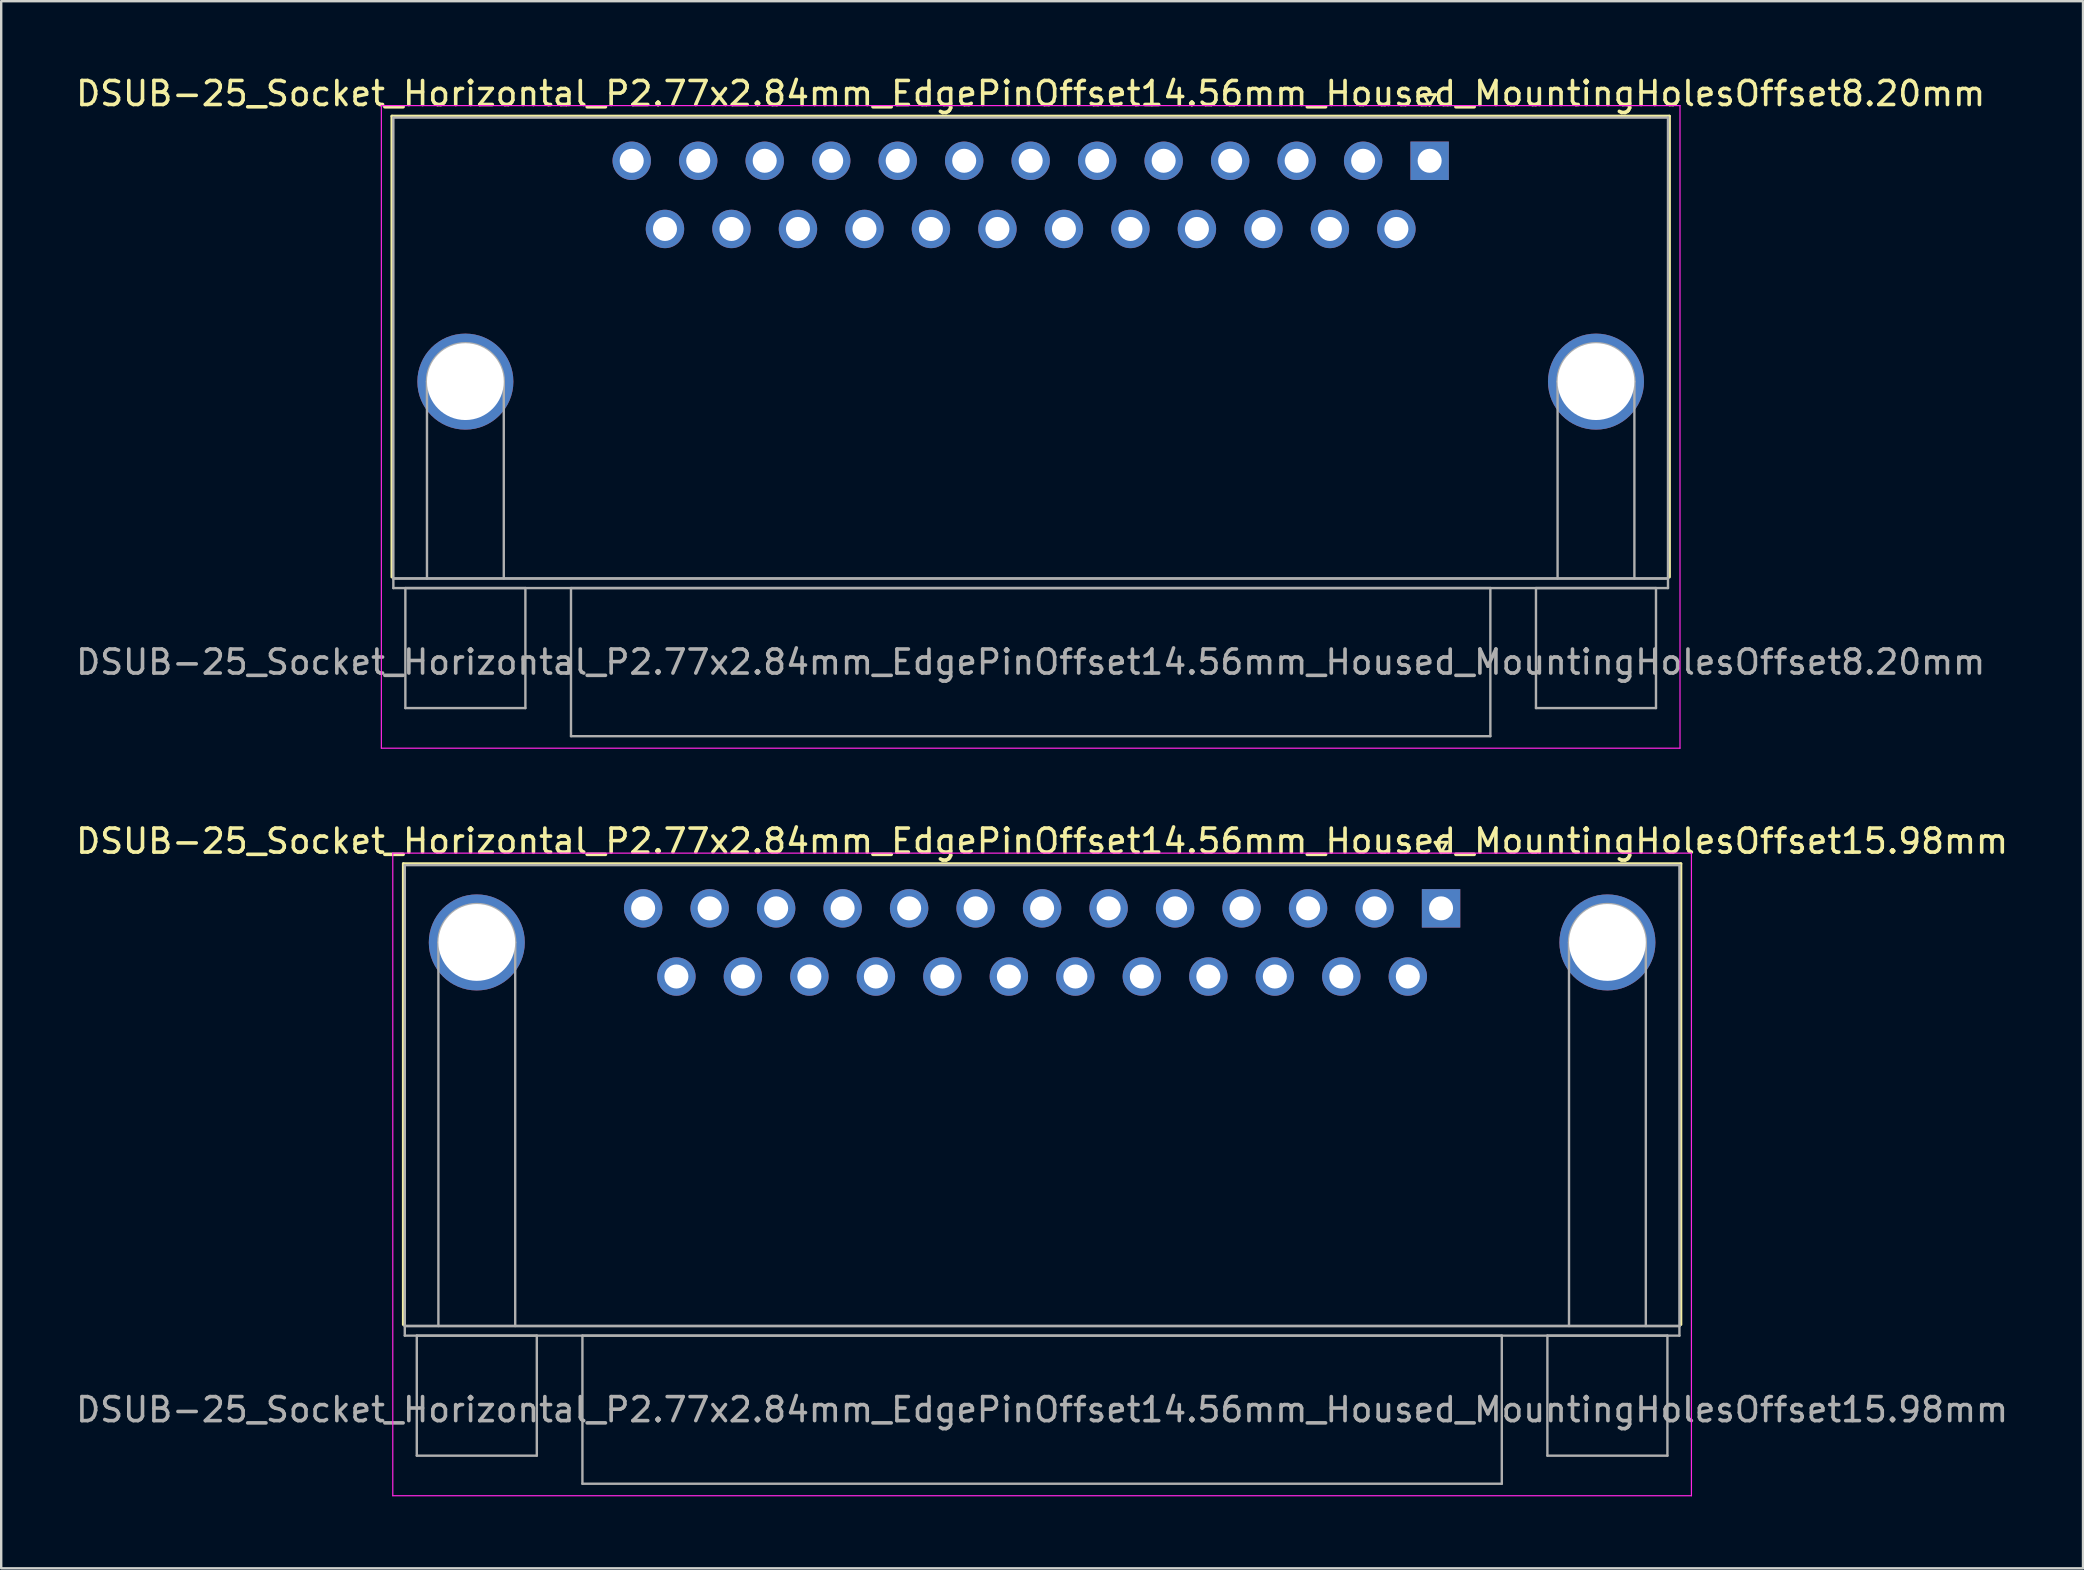
<source format=kicad_pcb>
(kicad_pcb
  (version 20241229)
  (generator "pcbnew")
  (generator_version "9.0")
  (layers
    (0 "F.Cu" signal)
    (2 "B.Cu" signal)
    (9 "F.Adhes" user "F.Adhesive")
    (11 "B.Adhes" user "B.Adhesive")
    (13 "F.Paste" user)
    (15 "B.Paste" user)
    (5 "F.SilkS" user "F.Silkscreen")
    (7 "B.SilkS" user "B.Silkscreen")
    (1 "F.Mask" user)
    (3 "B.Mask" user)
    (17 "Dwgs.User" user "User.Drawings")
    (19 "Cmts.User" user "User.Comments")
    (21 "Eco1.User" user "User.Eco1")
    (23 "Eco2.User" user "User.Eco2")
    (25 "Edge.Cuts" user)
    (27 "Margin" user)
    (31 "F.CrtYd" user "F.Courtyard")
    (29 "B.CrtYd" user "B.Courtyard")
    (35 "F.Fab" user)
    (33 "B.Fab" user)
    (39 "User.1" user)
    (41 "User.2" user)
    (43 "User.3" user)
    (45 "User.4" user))
  (footprint "DSUB-25_Socket_Horizontal_P2.77x2.84mm_EdgePinOffset14.56mm_Housed_MountingHolesOffset15.98mm"
    (layer "F.Cu")
    (at 56.983 34.791)
    (property "Reference" "DSUB-25_Socket_Horizontal_P2.77x2.84mm_EdgePinOffset14.56mm_Housed_MountingHolesOffset15.98mm" (at -16.62 -2.8 0) (layer "F.SilkS") (effects (font (size 1 1) (thickness 0.15))))
    (attr through_hole)
    (fp_line (start -43.23 -1.86) (end 9.99 -1.86) (stroke (width 0.12) (type solid)) (layer "F.SilkS"))
    (fp_line (start -43.23 17.34) (end -43.23 -1.86) (stroke (width 0.12) (type solid)) (layer "F.SilkS"))
    (fp_line (start -0.25 -2.754) (end 0.25 -2.754) (stroke (width 0.12) (type solid)) (layer "F.SilkS"))
    (fp_line (start 0 -2.321) (end -0.25 -2.754) (stroke (width 0.12) (type solid)) (layer "F.SilkS"))
    (fp_line (start 0.25 -2.754) (end 0 -2.321) (stroke (width 0.12) (type solid)) (layer "F.SilkS"))
    (fp_line (start 9.99 -1.86) (end 9.99 17.34) (stroke (width 0.12) (type solid)) (layer "F.SilkS"))
    (fp_line (start -43.67 -2.3) (end -43.67 24.47) (stroke (width 0.05) (type solid)) (layer "F.CrtYd"))
    (fp_line (start -43.67 24.47) (end 10.43 24.47) (stroke (width 0.05) (type solid)) (layer "F.CrtYd"))
    (fp_line (start 10.43 -2.3) (end -43.67 -2.3) (stroke (width 0.05) (type solid)) (layer "F.CrtYd"))
    (fp_line (start 10.43 24.47) (end 10.43 -2.3) (stroke (width 0.05) (type solid)) (layer "F.CrtYd"))
    (fp_line (start -43.17 -1.8) (end -43.17 17.4) (stroke (width 0.1) (type solid)) (layer "F.Fab"))
    (fp_line (start -43.17 17.4) (end -43.17 17.8) (stroke (width 0.1) (type solid)) (layer "F.Fab"))
    (fp_line (start -43.17 17.4) (end 9.93 17.4) (stroke (width 0.1) (type solid)) (layer "F.Fab"))
    (fp_line (start -43.17 17.8) (end 9.93 17.8) (stroke (width 0.1) (type solid)) (layer "F.Fab"))
    (fp_line (start -42.67 17.8) (end -42.67 22.8) (stroke (width 0.1) (type solid)) (layer "F.Fab"))
    (fp_line (start -42.67 22.8) (end -37.67 22.8) (stroke (width 0.1) (type solid)) (layer "F.Fab"))
    (fp_line (start -41.77 17.4) (end -41.77 1.42) (stroke (width 0.1) (type solid)) (layer "F.Fab"))
    (fp_line (start -38.57 17.4) (end -38.57 1.42) (stroke (width 0.1) (type solid)) (layer "F.Fab"))
    (fp_line (start -37.67 17.8) (end -42.67 17.8) (stroke (width 0.1) (type solid)) (layer "F.Fab"))
    (fp_line (start -37.67 22.8) (end -37.67 17.8) (stroke (width 0.1) (type solid)) (layer "F.Fab"))
    (fp_line (start -35.77 17.8) (end -35.77 23.97) (stroke (width 0.1) (type solid)) (layer "F.Fab"))
    (fp_line (start -35.77 23.97) (end 2.53 23.97) (stroke (width 0.1) (type solid)) (layer "F.Fab"))
    (fp_line (start 2.53 17.8) (end -35.77 17.8) (stroke (width 0.1) (type solid)) (layer "F.Fab"))
    (fp_line (start 2.53 23.97) (end 2.53 17.8) (stroke (width 0.1) (type solid)) (layer "F.Fab"))
    (fp_line (start 4.43 17.8) (end 4.43 22.8) (stroke (width 0.1) (type solid)) (layer "F.Fab"))
    (fp_line (start 4.43 22.8) (end 9.43 22.8) (stroke (width 0.1) (type solid)) (layer "F.Fab"))
    (fp_line (start 5.33 17.4) (end 5.33 1.42) (stroke (width 0.1) (type solid)) (layer "F.Fab"))
    (fp_line (start 8.53 17.4) (end 8.53 1.42) (stroke (width 0.1) (type solid)) (layer "F.Fab"))
    (fp_line (start 9.43 17.8) (end 4.43 17.8) (stroke (width 0.1) (type solid)) (layer "F.Fab"))
    (fp_line (start 9.43 22.8) (end 9.43 17.8) (stroke (width 0.1) (type solid)) (layer "F.Fab"))
    (fp_line (start 9.93 -1.8) (end -43.17 -1.8) (stroke (width 0.1) (type solid)) (layer "F.Fab"))
    (fp_line (start 9.93 17.4) (end -43.17 17.4) (stroke (width 0.1) (type solid)) (layer "F.Fab"))
    (fp_line (start 9.93 17.4) (end 9.93 -1.8) (stroke (width 0.1) (type solid)) (layer "F.Fab"))
    (fp_line (start 9.93 17.8) (end 9.93 17.4) (stroke (width 0.1) (type solid)) (layer "F.Fab"))
    (fp_arc (start -41.77 1.42) (mid -40.17 -0.18) (end -38.57 1.42) (stroke (width 0.1) (type solid)) (layer "F.Fab"))
    (fp_arc (start 5.33 1.42) (mid 6.93 -0.18) (end 8.53 1.42) (stroke (width 0.1) (type solid)) (layer "F.Fab"))
    (fp_text user "${REFERENCE}" (at -16.62 20.885 0) (layer "F.Fab") (effects (font (size 1 1) (thickness 0.15))))
    (pad "0" thru_hole circle (at -40.17 1.42) (size 4 4) (drill 3.2) (layers "*.Cu" "*.Mask"))
    (pad "0" thru_hole circle (at 6.93 1.42) (size 4 4) (drill 3.2) (layers "*.Cu" "*.Mask"))
    (pad "1" thru_hole rect (at 0 0) (size 1.6 1.6) (drill 1) (layers "*.Cu" "*.Mask"))
    (pad "2" thru_hole circle (at -2.77 0) (size 1.6 1.6) (drill 1) (layers "*.Cu" "*.Mask"))
    (pad "3" thru_hole circle (at -5.54 0) (size 1.6 1.6) (drill 1) (layers "*.Cu" "*.Mask"))
    (pad "4" thru_hole circle (at -8.31 0) (size 1.6 1.6) (drill 1) (layers "*.Cu" "*.Mask"))
    (pad "5" thru_hole circle (at -11.08 0) (size 1.6 1.6) (drill 1) (layers "*.Cu" "*.Mask"))
    (pad "6" thru_hole circle (at -13.85 0) (size 1.6 1.6) (drill 1) (layers "*.Cu" "*.Mask"))
    (pad "7" thru_hole circle (at -16.62 0) (size 1.6 1.6) (drill 1) (layers "*.Cu" "*.Mask"))
    (pad "8" thru_hole circle (at -19.39 0) (size 1.6 1.6) (drill 1) (layers "*.Cu" "*.Mask"))
    (pad "9" thru_hole circle (at -22.16 0) (size 1.6 1.6) (drill 1) (layers "*.Cu" "*.Mask"))
    (pad "10" thru_hole circle (at -24.93 0) (size 1.6 1.6) (drill 1) (layers "*.Cu" "*.Mask"))
    (pad "11" thru_hole circle (at -27.7 0) (size 1.6 1.6) (drill 1) (layers "*.Cu" "*.Mask"))
    (pad "12" thru_hole circle (at -30.47 0) (size 1.6 1.6) (drill 1) (layers "*.Cu" "*.Mask"))
    (pad "13" thru_hole circle (at -33.24 0) (size 1.6 1.6) (drill 1) (layers "*.Cu" "*.Mask"))
    (pad "14" thru_hole circle (at -1.385 2.84) (size 1.6 1.6) (drill 1) (layers "*.Cu" "*.Mask"))
    (pad "15" thru_hole circle (at -4.155 2.84) (size 1.6 1.6) (drill 1) (layers "*.Cu" "*.Mask"))
    (pad "16" thru_hole circle (at -6.925 2.84) (size 1.6 1.6) (drill 1) (layers "*.Cu" "*.Mask"))
    (pad "17" thru_hole circle (at -9.695 2.84) (size 1.6 1.6) (drill 1) (layers "*.Cu" "*.Mask"))
    (pad "18" thru_hole circle (at -12.465 2.84) (size 1.6 1.6) (drill 1) (layers "*.Cu" "*.Mask"))
    (pad "19" thru_hole circle (at -15.235 2.84) (size 1.6 1.6) (drill 1) (layers "*.Cu" "*.Mask"))
    (pad "20" thru_hole circle (at -18.005 2.84) (size 1.6 1.6) (drill 1) (layers "*.Cu" "*.Mask"))
    (pad "21" thru_hole circle (at -20.775 2.84) (size 1.6 1.6) (drill 1) (layers "*.Cu" "*.Mask"))
    (pad "22" thru_hole circle (at -23.545 2.84) (size 1.6 1.6) (drill 1) (layers "*.Cu" "*.Mask"))
    (pad "23" thru_hole circle (at -26.315 2.84) (size 1.6 1.6) (drill 1) (layers "*.Cu" "*.Mask"))
    (pad "24" thru_hole circle (at -29.085 2.84) (size 1.6 1.6) (drill 1) (layers "*.Cu" "*.Mask"))
    (pad "25" thru_hole circle (at -31.855 2.84) (size 1.6 1.6) (drill 1) (layers "*.Cu" "*.Mask")))
  (footprint "DSUB-25_Socket_Horizontal_P2.77x2.84mm_EdgePinOffset14.56mm_Housed_MountingHolesOffset8.20mm"
    (layer "F.Cu")
    (at 56.507 3.648)
    (property "Reference" "DSUB-25_Socket_Horizontal_P2.77x2.84mm_EdgePinOffset14.56mm_Housed_MountingHolesOffset8.20mm" (at -16.62 -2.8 0) (layer "F.SilkS") (effects (font (size 1 1) (thickness 0.15))))
    (attr through_hole)
    (fp_line (start -43.23 -1.86) (end 9.99 -1.86) (stroke (width 0.12) (type solid)) (layer "F.SilkS"))
    (fp_line (start -43.23 17.34) (end -43.23 -1.86) (stroke (width 0.12) (type solid)) (layer "F.SilkS"))
    (fp_line (start -0.25 -2.754) (end 0.25 -2.754) (stroke (width 0.12) (type solid)) (layer "F.SilkS"))
    (fp_line (start 0 -2.321) (end -0.25 -2.754) (stroke (width 0.12) (type solid)) (layer "F.SilkS"))
    (fp_line (start 0.25 -2.754) (end 0 -2.321) (stroke (width 0.12) (type solid)) (layer "F.SilkS"))
    (fp_line (start 9.99 -1.86) (end 9.99 17.34) (stroke (width 0.12) (type solid)) (layer "F.SilkS"))
    (fp_line (start -43.67 -2.3) (end -43.67 24.47) (stroke (width 0.05) (type solid)) (layer "F.CrtYd"))
    (fp_line (start -43.67 24.47) (end 10.43 24.47) (stroke (width 0.05) (type solid)) (layer "F.CrtYd"))
    (fp_line (start 10.43 -2.3) (end -43.67 -2.3) (stroke (width 0.05) (type solid)) (layer "F.CrtYd"))
    (fp_line (start 10.43 24.47) (end 10.43 -2.3) (stroke (width 0.05) (type solid)) (layer "F.CrtYd"))
    (fp_line (start -43.17 -1.8) (end -43.17 17.4) (stroke (width 0.1) (type solid)) (layer "F.Fab"))
    (fp_line (start -43.17 17.4) (end -43.17 17.8) (stroke (width 0.1) (type solid)) (layer "F.Fab"))
    (fp_line (start -43.17 17.4) (end 9.93 17.4) (stroke (width 0.1) (type solid)) (layer "F.Fab"))
    (fp_line (start -43.17 17.8) (end 9.93 17.8) (stroke (width 0.1) (type solid)) (layer "F.Fab"))
    (fp_line (start -42.67 17.8) (end -42.67 22.8) (stroke (width 0.1) (type solid)) (layer "F.Fab"))
    (fp_line (start -42.67 22.8) (end -37.67 22.8) (stroke (width 0.1) (type solid)) (layer "F.Fab"))
    (fp_line (start -41.77 17.4) (end -41.77 9.2) (stroke (width 0.1) (type solid)) (layer "F.Fab"))
    (fp_line (start -38.57 17.4) (end -38.57 9.2) (stroke (width 0.1) (type solid)) (layer "F.Fab"))
    (fp_line (start -37.67 17.8) (end -42.67 17.8) (stroke (width 0.1) (type solid)) (layer "F.Fab"))
    (fp_line (start -37.67 22.8) (end -37.67 17.8) (stroke (width 0.1) (type solid)) (layer "F.Fab"))
    (fp_line (start -35.77 17.8) (end -35.77 23.97) (stroke (width 0.1) (type solid)) (layer "F.Fab"))
    (fp_line (start -35.77 23.97) (end 2.53 23.97) (stroke (width 0.1) (type solid)) (layer "F.Fab"))
    (fp_line (start 2.53 17.8) (end -35.77 17.8) (stroke (width 0.1) (type solid)) (layer "F.Fab"))
    (fp_line (start 2.53 23.97) (end 2.53 17.8) (stroke (width 0.1) (type solid)) (layer "F.Fab"))
    (fp_line (start 4.43 17.8) (end 4.43 22.8) (stroke (width 0.1) (type solid)) (layer "F.Fab"))
    (fp_line (start 4.43 22.8) (end 9.43 22.8) (stroke (width 0.1) (type solid)) (layer "F.Fab"))
    (fp_line (start 5.33 17.4) (end 5.33 9.2) (stroke (width 0.1) (type solid)) (layer "F.Fab"))
    (fp_line (start 8.53 17.4) (end 8.53 9.2) (stroke (width 0.1) (type solid)) (layer "F.Fab"))
    (fp_line (start 9.43 17.8) (end 4.43 17.8) (stroke (width 0.1) (type solid)) (layer "F.Fab"))
    (fp_line (start 9.43 22.8) (end 9.43 17.8) (stroke (width 0.1) (type solid)) (layer "F.Fab"))
    (fp_line (start 9.93 -1.8) (end -43.17 -1.8) (stroke (width 0.1) (type solid)) (layer "F.Fab"))
    (fp_line (start 9.93 17.4) (end -43.17 17.4) (stroke (width 0.1) (type solid)) (layer "F.Fab"))
    (fp_line (start 9.93 17.4) (end 9.93 -1.8) (stroke (width 0.1) (type solid)) (layer "F.Fab"))
    (fp_line (start 9.93 17.8) (end 9.93 17.4) (stroke (width 0.1) (type solid)) (layer "F.Fab"))
    (fp_arc (start -41.77 9.2) (mid -40.17 7.6) (end -38.57 9.2) (stroke (width 0.1) (type solid)) (layer "F.Fab"))
    (fp_arc (start 5.33 9.2) (mid 6.93 7.6) (end 8.53 9.2) (stroke (width 0.1) (type solid)) (layer "F.Fab"))
    (fp_text user "${REFERENCE}" (at -16.62 20.885 0) (layer "F.Fab") (effects (font (size 1 1) (thickness 0.15))))
    (pad "0" thru_hole circle (at -40.17 9.2) (size 4 4) (drill 3.2) (layers "*.Cu" "*.Mask"))
    (pad "0" thru_hole circle (at 6.93 9.2) (size 4 4) (drill 3.2) (layers "*.Cu" "*.Mask"))
    (pad "1" thru_hole rect (at 0 0) (size 1.6 1.6) (drill 1) (layers "*.Cu" "*.Mask"))
    (pad "2" thru_hole circle (at -2.77 0) (size 1.6 1.6) (drill 1) (layers "*.Cu" "*.Mask"))
    (pad "3" thru_hole circle (at -5.54 0) (size 1.6 1.6) (drill 1) (layers "*.Cu" "*.Mask"))
    (pad "4" thru_hole circle (at -8.31 0) (size 1.6 1.6) (drill 1) (layers "*.Cu" "*.Mask"))
    (pad "5" thru_hole circle (at -11.08 0) (size 1.6 1.6) (drill 1) (layers "*.Cu" "*.Mask"))
    (pad "6" thru_hole circle (at -13.85 0) (size 1.6 1.6) (drill 1) (layers "*.Cu" "*.Mask"))
    (pad "7" thru_hole circle (at -16.62 0) (size 1.6 1.6) (drill 1) (layers "*.Cu" "*.Mask"))
    (pad "8" thru_hole circle (at -19.39 0) (size 1.6 1.6) (drill 1) (layers "*.Cu" "*.Mask"))
    (pad "9" thru_hole circle (at -22.16 0) (size 1.6 1.6) (drill 1) (layers "*.Cu" "*.Mask"))
    (pad "10" thru_hole circle (at -24.93 0) (size 1.6 1.6) (drill 1) (layers "*.Cu" "*.Mask"))
    (pad "11" thru_hole circle (at -27.7 0) (size 1.6 1.6) (drill 1) (layers "*.Cu" "*.Mask"))
    (pad "12" thru_hole circle (at -30.47 0) (size 1.6 1.6) (drill 1) (layers "*.Cu" "*.Mask"))
    (pad "13" thru_hole circle (at -33.24 0) (size 1.6 1.6) (drill 1) (layers "*.Cu" "*.Mask"))
    (pad "14" thru_hole circle (at -1.385 2.84) (size 1.6 1.6) (drill 1) (layers "*.Cu" "*.Mask"))
    (pad "15" thru_hole circle (at -4.155 2.84) (size 1.6 1.6) (drill 1) (layers "*.Cu" "*.Mask"))
    (pad "16" thru_hole circle (at -6.925 2.84) (size 1.6 1.6) (drill 1) (layers "*.Cu" "*.Mask"))
    (pad "17" thru_hole circle (at -9.695 2.84) (size 1.6 1.6) (drill 1) (layers "*.Cu" "*.Mask"))
    (pad "18" thru_hole circle (at -12.465 2.84) (size 1.6 1.6) (drill 1) (layers "*.Cu" "*.Mask"))
    (pad "19" thru_hole circle (at -15.235 2.84) (size 1.6 1.6) (drill 1) (layers "*.Cu" "*.Mask"))
    (pad "20" thru_hole circle (at -18.005 2.84) (size 1.6 1.6) (drill 1) (layers "*.Cu" "*.Mask"))
    (pad "21" thru_hole circle (at -20.775 2.84) (size 1.6 1.6) (drill 1) (layers "*.Cu" "*.Mask"))
    (pad "22" thru_hole circle (at -23.545 2.84) (size 1.6 1.6) (drill 1) (layers "*.Cu" "*.Mask"))
    (pad "23" thru_hole circle (at -26.315 2.84) (size 1.6 1.6) (drill 1) (layers "*.Cu" "*.Mask"))
    (pad "24" thru_hole circle (at -29.085 2.84) (size 1.6 1.6) (drill 1) (layers "*.Cu" "*.Mask"))
    (pad "25" thru_hole circle (at -31.855 2.84) (size 1.6 1.6) (drill 1) (layers "*.Cu" "*.Mask")))
  (gr_rect
    (start -3 -3)
    (end 83.726 62.286)
    (stroke (width 0.1) (type default))
    (fill no)
    (layer "Edge.Cuts")))
</source>
